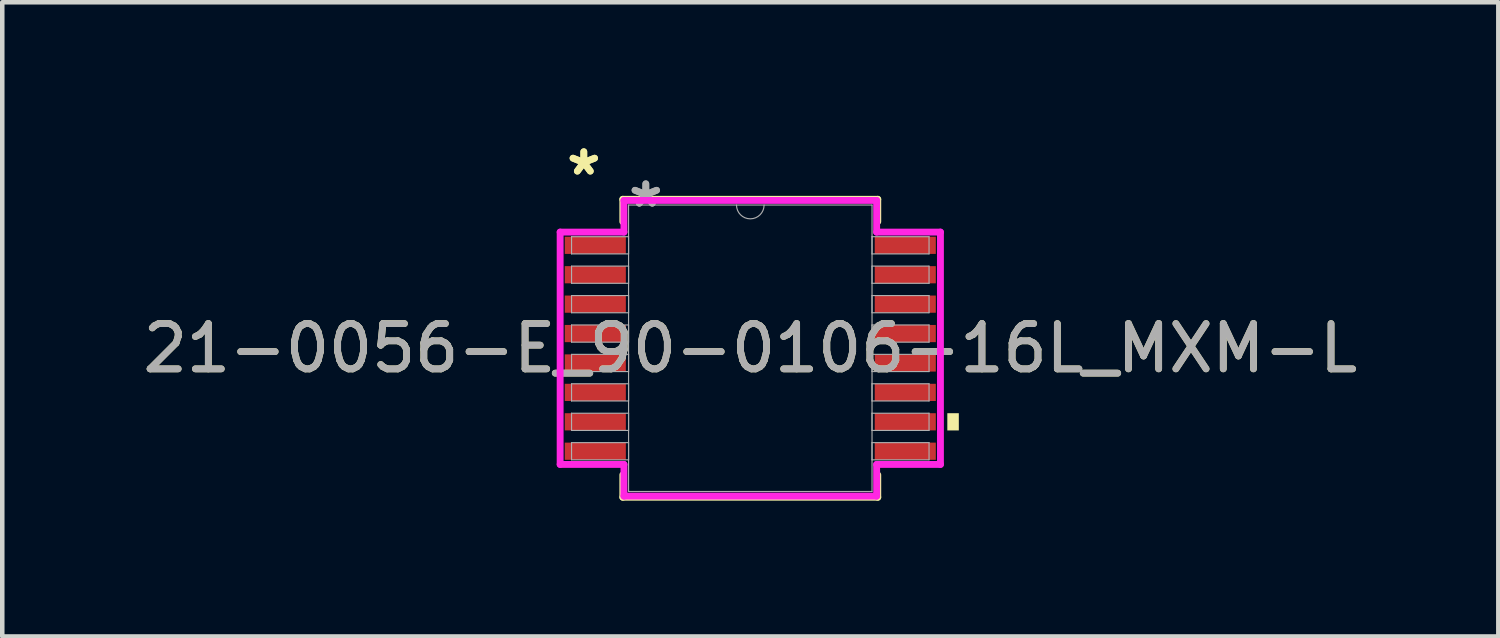
<source format=kicad_pcb>
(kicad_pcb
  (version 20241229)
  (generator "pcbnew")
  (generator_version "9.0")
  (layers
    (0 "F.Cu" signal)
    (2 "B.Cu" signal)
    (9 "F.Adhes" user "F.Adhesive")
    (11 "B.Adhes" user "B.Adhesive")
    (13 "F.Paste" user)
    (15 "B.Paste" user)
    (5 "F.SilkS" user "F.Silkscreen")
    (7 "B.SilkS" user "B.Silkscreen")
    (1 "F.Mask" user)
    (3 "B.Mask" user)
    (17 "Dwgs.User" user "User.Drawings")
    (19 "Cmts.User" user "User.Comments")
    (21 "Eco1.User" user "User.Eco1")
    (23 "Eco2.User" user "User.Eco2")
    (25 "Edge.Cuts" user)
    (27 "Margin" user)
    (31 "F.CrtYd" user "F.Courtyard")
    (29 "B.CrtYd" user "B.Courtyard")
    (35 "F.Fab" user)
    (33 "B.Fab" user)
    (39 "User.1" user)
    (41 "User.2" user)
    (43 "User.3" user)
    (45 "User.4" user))
  (footprint "21-0056-E_90-0106-16L_MXM-L"
    (layer "F.Cu")
    (at 13.53 4.646)
    (property "Reference" "21-0056-E_90-0106-16L_MXM-L" (at 0 0 0) (unlocked yes) (layer "F.SilkS") (effects (font (size 1 1) (thickness 0.15))))
    (attr smd)
    (fp_line (start -2.817 -3.292) (end -2.817 -2.798) (stroke (width 0.152) (type solid)) (layer "F.SilkS"))
    (fp_line (start -2.817 2.798) (end -2.817 3.292) (stroke (width 0.152) (type solid)) (layer "F.SilkS"))
    (fp_line (start -2.817 3.292) (end 2.817 3.292) (stroke (width 0.152) (type solid)) (layer "F.SilkS"))
    (fp_line (start 2.817 -3.292) (end -2.817 -3.292) (stroke (width 0.152) (type solid)) (layer "F.SilkS"))
    (fp_line (start 2.817 -2.798) (end 2.817 -3.292) (stroke (width 0.152) (type solid)) (layer "F.SilkS"))
    (fp_line (start 2.817 3.292) (end 2.817 2.798) (stroke (width 0.152) (type solid)) (layer "F.SilkS"))
    (fp_poly (pts (xy 4.608 1.435) (xy 4.608 1.816) (xy 4.354 1.816) (xy 4.354 1.435)) (stroke (width 0) (type solid)) (fill yes) (layer "F.SilkS"))
    (fp_line (start -4.202 -2.567) (end -2.792 -2.567) (stroke (width 0.152) (type solid)) (layer "F.CrtYd"))
    (fp_line (start -4.202 2.567) (end -4.202 -2.567) (stroke (width 0.152) (type solid)) (layer "F.CrtYd"))
    (fp_line (start -4.202 2.567) (end -2.792 2.567) (stroke (width 0.152) (type solid)) (layer "F.CrtYd"))
    (fp_line (start -2.792 -3.267) (end 2.792 -3.267) (stroke (width 0.152) (type solid)) (layer "F.CrtYd"))
    (fp_line (start -2.792 -2.567) (end -2.792 -3.267) (stroke (width 0.152) (type solid)) (layer "F.CrtYd"))
    (fp_line (start -2.792 3.267) (end -2.792 2.567) (stroke (width 0.152) (type solid)) (layer "F.CrtYd"))
    (fp_line (start 2.792 -3.267) (end 2.792 -2.567) (stroke (width 0.152) (type solid)) (layer "F.CrtYd"))
    (fp_line (start 2.792 2.567) (end 2.792 3.267) (stroke (width 0.152) (type solid)) (layer "F.CrtYd"))
    (fp_line (start 2.792 3.267) (end -2.792 3.267) (stroke (width 0.152) (type solid)) (layer "F.CrtYd"))
    (fp_line (start 4.202 -2.567) (end 2.792 -2.567) (stroke (width 0.152) (type solid)) (layer "F.CrtYd"))
    (fp_line (start 4.202 -2.567) (end 4.202 2.567) (stroke (width 0.152) (type solid)) (layer "F.CrtYd"))
    (fp_line (start 4.202 2.567) (end 2.792 2.567) (stroke (width 0.152) (type solid)) (layer "F.CrtYd"))
    (fp_line (start -3.95 -2.465) (end -3.95 -2.085) (stroke (width 0.025) (type solid)) (layer "F.Fab"))
    (fp_line (start -3.95 -2.085) (end -2.69 -2.085) (stroke (width 0.025) (type solid)) (layer "F.Fab"))
    (fp_line (start -3.95 -1.815) (end -3.95 -1.435) (stroke (width 0.025) (type solid)) (layer "F.Fab"))
    (fp_line (start -3.95 -1.435) (end -2.69 -1.435) (stroke (width 0.025) (type solid)) (layer "F.Fab"))
    (fp_line (start -3.95 -1.165) (end -3.95 -0.785) (stroke (width 0.025) (type solid)) (layer "F.Fab"))
    (fp_line (start -3.95 -0.785) (end -2.69 -0.785) (stroke (width 0.025) (type solid)) (layer "F.Fab"))
    (fp_line (start -3.95 -0.515) (end -3.95 -0.135) (stroke (width 0.025) (type solid)) (layer "F.Fab"))
    (fp_line (start -3.95 -0.135) (end -2.69 -0.135) (stroke (width 0.025) (type solid)) (layer "F.Fab"))
    (fp_line (start -3.95 0.135) (end -3.95 0.515) (stroke (width 0.025) (type solid)) (layer "F.Fab"))
    (fp_line (start -3.95 0.515) (end -2.69 0.515) (stroke (width 0.025) (type solid)) (layer "F.Fab"))
    (fp_line (start -3.95 0.785) (end -3.95 1.165) (stroke (width 0.025) (type solid)) (layer "F.Fab"))
    (fp_line (start -3.95 1.165) (end -2.69 1.165) (stroke (width 0.025) (type solid)) (layer "F.Fab"))
    (fp_line (start -3.95 1.435) (end -3.95 1.815) (stroke (width 0.025) (type solid)) (layer "F.Fab"))
    (fp_line (start -3.95 1.815) (end -2.69 1.815) (stroke (width 0.025) (type solid)) (layer "F.Fab"))
    (fp_line (start -3.95 2.085) (end -3.95 2.465) (stroke (width 0.025) (type solid)) (layer "F.Fab"))
    (fp_line (start -3.95 2.465) (end -2.69 2.465) (stroke (width 0.025) (type solid)) (layer "F.Fab"))
    (fp_line (start -2.69 -3.165) (end -2.69 3.165) (stroke (width 0.025) (type solid)) (layer "F.Fab"))
    (fp_line (start -2.69 -2.465) (end -3.95 -2.465) (stroke (width 0.025) (type solid)) (layer "F.Fab"))
    (fp_line (start -2.69 -2.085) (end -2.69 -2.465) (stroke (width 0.025) (type solid)) (layer "F.Fab"))
    (fp_line (start -2.69 -1.815) (end -3.95 -1.815) (stroke (width 0.025) (type solid)) (layer "F.Fab"))
    (fp_line (start -2.69 -1.435) (end -2.69 -1.815) (stroke (width 0.025) (type solid)) (layer "F.Fab"))
    (fp_line (start -2.69 -1.165) (end -3.95 -1.165) (stroke (width 0.025) (type solid)) (layer "F.Fab"))
    (fp_line (start -2.69 -0.785) (end -2.69 -1.165) (stroke (width 0.025) (type solid)) (layer "F.Fab"))
    (fp_line (start -2.69 -0.515) (end -3.95 -0.515) (stroke (width 0.025) (type solid)) (layer "F.Fab"))
    (fp_line (start -2.69 -0.135) (end -2.69 -0.515) (stroke (width 0.025) (type solid)) (layer "F.Fab"))
    (fp_line (start -2.69 0.135) (end -3.95 0.135) (stroke (width 0.025) (type solid)) (layer "F.Fab"))
    (fp_line (start -2.69 0.515) (end -2.69 0.135) (stroke (width 0.025) (type solid)) (layer "F.Fab"))
    (fp_line (start -2.69 0.785) (end -3.95 0.785) (stroke (width 0.025) (type solid)) (layer "F.Fab"))
    (fp_line (start -2.69 1.165) (end -2.69 0.785) (stroke (width 0.025) (type solid)) (layer "F.Fab"))
    (fp_line (start -2.69 1.435) (end -3.95 1.435) (stroke (width 0.025) (type solid)) (layer "F.Fab"))
    (fp_line (start -2.69 1.815) (end -2.69 1.435) (stroke (width 0.025) (type solid)) (layer "F.Fab"))
    (fp_line (start -2.69 2.085) (end -3.95 2.085) (stroke (width 0.025) (type solid)) (layer "F.Fab"))
    (fp_line (start -2.69 2.465) (end -2.69 2.085) (stroke (width 0.025) (type solid)) (layer "F.Fab"))
    (fp_line (start -2.69 3.165) (end 2.69 3.165) (stroke (width 0.025) (type solid)) (layer "F.Fab"))
    (fp_line (start 2.69 -3.165) (end -2.69 -3.165) (stroke (width 0.025) (type solid)) (layer "F.Fab"))
    (fp_line (start 2.69 -2.465) (end 2.69 -2.085) (stroke (width 0.025) (type solid)) (layer "F.Fab"))
    (fp_line (start 2.69 -2.085) (end 3.95 -2.085) (stroke (width 0.025) (type solid)) (layer "F.Fab"))
    (fp_line (start 2.69 -1.815) (end 2.69 -1.435) (stroke (width 0.025) (type solid)) (layer "F.Fab"))
    (fp_line (start 2.69 -1.435) (end 3.95 -1.435) (stroke (width 0.025) (type solid)) (layer "F.Fab"))
    (fp_line (start 2.69 -1.165) (end 2.69 -0.785) (stroke (width 0.025) (type solid)) (layer "F.Fab"))
    (fp_line (start 2.69 -0.785) (end 3.95 -0.785) (stroke (width 0.025) (type solid)) (layer "F.Fab"))
    (fp_line (start 2.69 -0.515) (end 2.69 -0.135) (stroke (width 0.025) (type solid)) (layer "F.Fab"))
    (fp_line (start 2.69 -0.135) (end 3.95 -0.135) (stroke (width 0.025) (type solid)) (layer "F.Fab"))
    (fp_line (start 2.69 0.135) (end 2.69 0.515) (stroke (width 0.025) (type solid)) (layer "F.Fab"))
    (fp_line (start 2.69 0.515) (end 3.95 0.515) (stroke (width 0.025) (type solid)) (layer "F.Fab"))
    (fp_line (start 2.69 0.785) (end 2.69 1.165) (stroke (width 0.025) (type solid)) (layer "F.Fab"))
    (fp_line (start 2.69 1.165) (end 3.95 1.165) (stroke (width 0.025) (type solid)) (layer "F.Fab"))
    (fp_line (start 2.69 1.435) (end 2.69 1.815) (stroke (width 0.025) (type solid)) (layer "F.Fab"))
    (fp_line (start 2.69 1.815) (end 3.95 1.815) (stroke (width 0.025) (type solid)) (layer "F.Fab"))
    (fp_line (start 2.69 2.085) (end 2.69 2.465) (stroke (width 0.025) (type solid)) (layer "F.Fab"))
    (fp_line (start 2.69 2.465) (end 3.95 2.465) (stroke (width 0.025) (type solid)) (layer "F.Fab"))
    (fp_line (start 2.69 3.165) (end 2.69 -3.165) (stroke (width 0.025) (type solid)) (layer "F.Fab"))
    (fp_line (start 3.95 -2.465) (end 2.69 -2.465) (stroke (width 0.025) (type solid)) (layer "F.Fab"))
    (fp_line (start 3.95 -2.085) (end 3.95 -2.465) (stroke (width 0.025) (type solid)) (layer "F.Fab"))
    (fp_line (start 3.95 -1.815) (end 2.69 -1.815) (stroke (width 0.025) (type solid)) (layer "F.Fab"))
    (fp_line (start 3.95 -1.435) (end 3.95 -1.815) (stroke (width 0.025) (type solid)) (layer "F.Fab"))
    (fp_line (start 3.95 -1.165) (end 2.69 -1.165) (stroke (width 0.025) (type solid)) (layer "F.Fab"))
    (fp_line (start 3.95 -0.785) (end 3.95 -1.165) (stroke (width 0.025) (type solid)) (layer "F.Fab"))
    (fp_line (start 3.95 -0.515) (end 2.69 -0.515) (stroke (width 0.025) (type solid)) (layer "F.Fab"))
    (fp_line (start 3.95 -0.135) (end 3.95 -0.515) (stroke (width 0.025) (type solid)) (layer "F.Fab"))
    (fp_line (start 3.95 0.135) (end 2.69 0.135) (stroke (width 0.025) (type solid)) (layer "F.Fab"))
    (fp_line (start 3.95 0.515) (end 3.95 0.135) (stroke (width 0.025) (type solid)) (layer "F.Fab"))
    (fp_line (start 3.95 0.785) (end 2.69 0.785) (stroke (width 0.025) (type solid)) (layer "F.Fab"))
    (fp_line (start 3.95 1.165) (end 3.95 0.785) (stroke (width 0.025) (type solid)) (layer "F.Fab"))
    (fp_line (start 3.95 1.435) (end 2.69 1.435) (stroke (width 0.025) (type solid)) (layer "F.Fab"))
    (fp_line (start 3.95 1.815) (end 3.95 1.435) (stroke (width 0.025) (type solid)) (layer "F.Fab"))
    (fp_line (start 3.95 2.085) (end 2.69 2.085) (stroke (width 0.025) (type solid)) (layer "F.Fab"))
    (fp_line (start 3.95 2.465) (end 3.95 2.085) (stroke (width 0.025) (type solid)) (layer "F.Fab"))
    (fp_arc (start 0.3048 -3.165) (mid 0 -2.8602) (end -0.3048 -3.165) (stroke (width 0.0254) (type solid)) (layer "F.Fab"))
    (fp_text user "*" (at -3.679 -3.798 0) (unlocked yes) (layer "F.SilkS") (effects (font (size 1 1) (thickness 0.15))))
    (fp_text user "*" (at -3.679 -3.798 0) (layer "F.SilkS") (effects (font (size 1 1) (thickness 0.15))))
    (fp_text user "${REFERENCE}" (at 0 0 0) (unlocked yes) (layer "F.Fab") (effects (font (size 1 1) (thickness 0.15))))
    (fp_text user "*" (at -2.309 -3.089 0) (layer "F.Fab") (effects (font (size 1 1) (thickness 0.15))))
    (fp_text user "*" (at -2.309 -3.089 0) (unlocked yes) (layer "F.Fab") (effects (font (size 1 1) (thickness 0.15))))
    (pad "1" smd rect (at -3.425 -2.275) (size 1.35 0.38) (layers "F.Cu" "F.Mask" "F.Paste"))
    (pad "2" smd rect (at -3.425 -1.625) (size 1.35 0.38) (layers "F.Cu" "F.Mask" "F.Paste"))
    (pad "3" smd rect (at -3.425 -0.975) (size 1.35 0.38) (layers "F.Cu" "F.Mask" "F.Paste"))
    (pad "4" smd rect (at -3.425 -0.325) (size 1.35 0.38) (layers "F.Cu" "F.Mask" "F.Paste"))
    (pad "5" smd rect (at -3.425 0.325) (size 1.35 0.38) (layers "F.Cu" "F.Mask" "F.Paste"))
    (pad "6" smd rect (at -3.425 0.975) (size 1.35 0.38) (layers "F.Cu" "F.Mask" "F.Paste"))
    (pad "7" smd rect (at -3.425 1.625) (size 1.35 0.38) (layers "F.Cu" "F.Mask" "F.Paste"))
    (pad "8" smd rect (at -3.425 2.275) (size 1.35 0.38) (layers "F.Cu" "F.Mask" "F.Paste"))
    (pad "9" smd rect (at 3.425 2.275) (size 1.35 0.38) (layers "F.Cu" "F.Mask" "F.Paste"))
    (pad "10" smd rect (at 3.425 1.625) (size 1.35 0.38) (layers "F.Cu" "F.Mask" "F.Paste"))
    (pad "11" smd rect (at 3.425 0.975) (size 1.35 0.38) (layers "F.Cu" "F.Mask" "F.Paste"))
    (pad "12" smd rect (at 3.425 0.325) (size 1.35 0.38) (layers "F.Cu" "F.Mask" "F.Paste"))
    (pad "13" smd rect (at 3.425 -0.325) (size 1.35 0.38) (layers "F.Cu" "F.Mask" "F.Paste"))
    (pad "14" smd rect (at 3.425 -0.975) (size 1.35 0.38) (layers "F.Cu" "F.Mask" "F.Paste"))
    (pad "15" smd rect (at 3.425 -1.625) (size 1.35 0.38) (layers "F.Cu" "F.Mask" "F.Paste"))
    (pad "16" smd rect (at 3.425 -2.275) (size 1.35 0.38) (layers "F.Cu" "F.Mask" "F.Paste")))
  (gr_rect
    (start -3 -3)
    (end 30.06 11.014)
    (stroke (width 0.1) (type default))
    (fill no)
    (layer "Edge.Cuts")))
</source>
